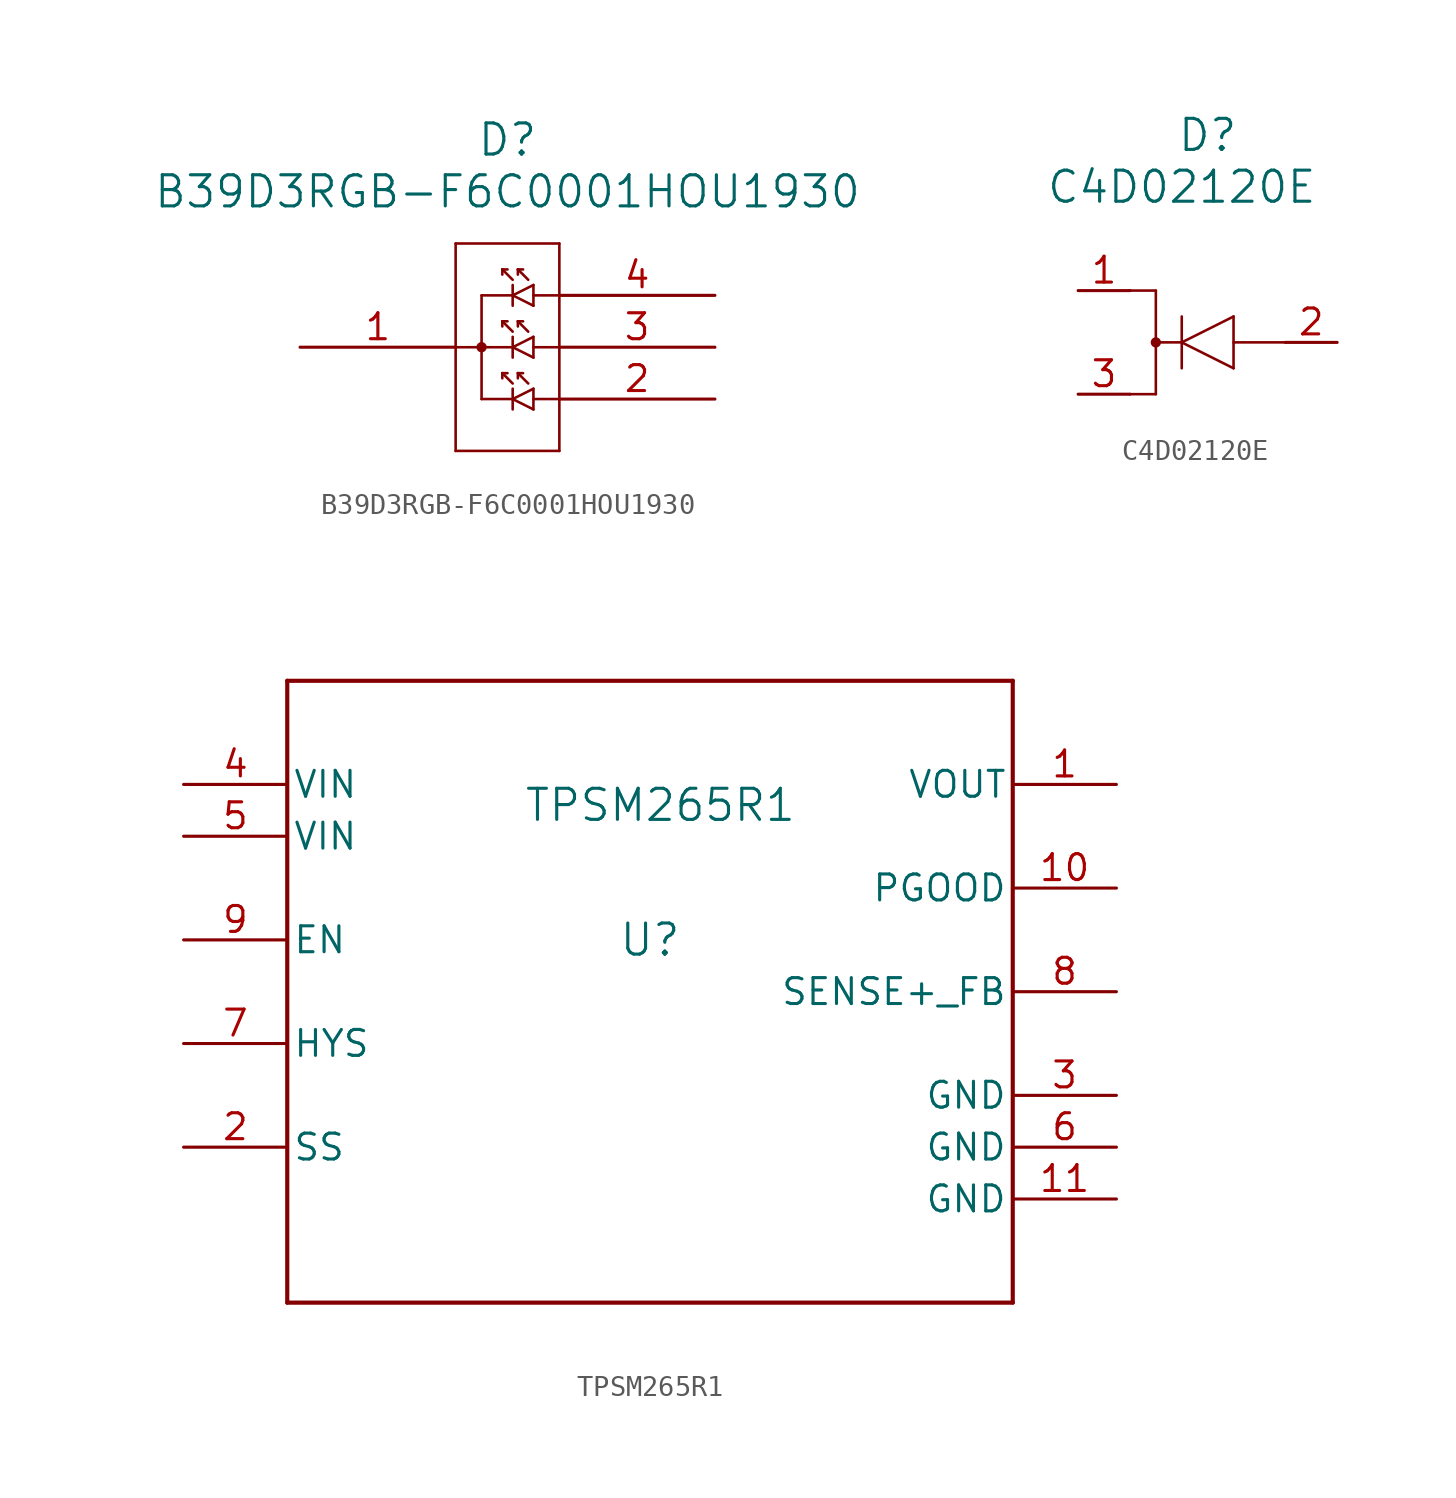
<source format=kicad_sym>
(kicad_symbol_lib
  (version 20231120)
  (generator "kicad_symbol_editor")
  (generator_version "8.0")
  (symbol "B39D3RGB-F6C0001HOU1930"
    (pin_names
      (offset 0.254))
    (property "Reference" "D"
      (at 10.16 10.16 0)
      (effects (font (size 1.524 1.524))))
    (property "Value" "B39D3RGB-F6C0001HOU1930"
      (at 10.16 7.62 0)
      (effects (font (size 1.524 1.524))))
    (symbol "B39D3RGB-F6C0001HOU1930_0_1"
      (polyline (pts (xy 7.62 -5.08) (xy 12.7 -5.08)) (stroke (width 0.127) (type default)) (fill (type none)))
      (polyline (pts (xy 7.62 0) (xy 10.414 0)) (stroke (width 0.127) (type default)) (fill (type none)))
      (polyline (pts (xy 7.62 5.08) (xy 7.62 -5.08)) (stroke (width 0.127) (type default)) (fill (type none)))
      (polyline (pts (xy 8.89 -2.54) (xy 10.414 -2.54)) (stroke (width 0.127) (type default)) (fill (type none)))
      (polyline (pts (xy 8.89 2.54) (xy 8.89 -2.54)) (stroke (width 0.127) (type default)) (fill (type none)))
      (polyline (pts (xy 8.89 2.54) (xy 10.414 2.54)) (stroke (width 0.127) (type default)) (fill (type none)))
      (polyline (pts (xy 9.906 -1.27) (xy 9.906 -1.524)) (stroke (width 0.127) (type default)) (fill (type none)))
      (polyline (pts (xy 9.906 1.27) (xy 9.906 1.016)) (stroke (width 0.127) (type default)) (fill (type none)))
      (polyline (pts (xy 9.906 3.81) (xy 9.906 3.556)) (stroke (width 0.127) (type default)) (fill (type none)))
      (polyline (pts (xy 10.16 -1.27) (xy 9.906 -1.27)) (stroke (width 0.127) (type default)) (fill (type none)))
      (polyline (pts (xy 10.16 1.27) (xy 9.906 1.27)) (stroke (width 0.127) (type default)) (fill (type none)))
      (polyline (pts (xy 10.16 3.81) (xy 9.906 3.81)) (stroke (width 0.127) (type default)) (fill (type none)))
      (polyline (pts (xy 10.414 -2.54) (xy 11.43 -3.048)) (stroke (width 0.127) (type default)) (fill (type none)))
      (polyline (pts (xy 10.414 -2.032) (xy 10.414 -3.048)) (stroke (width 0.127) (type default)) (fill (type none)))
      (polyline (pts (xy 10.414 -1.778) (xy 9.906 -1.27)) (stroke (width 0.127) (type default)) (fill (type none)))
      (polyline (pts (xy 10.414 0) (xy 11.43 -0.508)) (stroke (width 0.127) (type default)) (fill (type none)))
      (polyline (pts (xy 10.414 0.508) (xy 10.414 -0.508)) (stroke (width 0.127) (type default)) (fill (type none)))
      (polyline (pts (xy 10.414 0.762) (xy 9.906 1.27)) (stroke (width 0.127) (type default)) (fill (type none)))
      (polyline (pts (xy 10.414 2.54) (xy 11.43 2.032)) (stroke (width 0.127) (type default)) (fill (type none)))
      (polyline (pts (xy 10.414 3.048) (xy 10.414 2.032)) (stroke (width 0.127) (type default)) (fill (type none)))
      (polyline (pts (xy 10.414 3.302) (xy 9.906 3.81)) (stroke (width 0.127) (type default)) (fill (type none)))
      (polyline (pts (xy 10.668 -1.27) (xy 10.668 -1.524)) (stroke (width 0.127) (type default)) (fill (type none)))
      (polyline (pts (xy 10.668 -1.27) (xy 10.922 -1.27)) (stroke (width 0.127) (type default)) (fill (type none)))
      (polyline (pts (xy 10.668 1.27) (xy 10.668 1.016)) (stroke (width 0.127) (type default)) (fill (type none)))
      (polyline (pts (xy 10.668 1.27) (xy 10.922 1.27)) (stroke (width 0.127) (type default)) (fill (type none)))
      (polyline (pts (xy 10.668 3.81) (xy 10.668 3.556)) (stroke (width 0.127) (type default)) (fill (type none)))
      (polyline (pts (xy 10.668 3.81) (xy 10.922 3.81)) (stroke (width 0.127) (type default)) (fill (type none)))
      (polyline (pts (xy 11.176 -1.778) (xy 10.668 -1.27)) (stroke (width 0.127) (type default)) (fill (type none)))
      (polyline (pts (xy 11.176 0.762) (xy 10.668 1.27)) (stroke (width 0.127) (type default)) (fill (type none)))
      (polyline (pts (xy 11.176 3.302) (xy 10.668 3.81)) (stroke (width 0.127) (type default)) (fill (type none)))
      (polyline (pts (xy 11.43 -2.54) (xy 12.7 -2.54)) (stroke (width 0.127) (type default)) (fill (type none)))
      (polyline (pts (xy 11.43 -2.032) (xy 10.414 -2.54)) (stroke (width 0.127) (type default)) (fill (type none)))
      (polyline (pts (xy 11.43 -2.032) (xy 11.43 -3.048)) (stroke (width 0.127) (type default)) (fill (type none)))
      (polyline (pts (xy 11.43 0) (xy 12.7 0)) (stroke (width 0.127) (type default)) (fill (type none)))
      (polyline (pts (xy 11.43 0.508) (xy 10.414 0)) (stroke (width 0.127) (type default)) (fill (type none)))
      (polyline (pts (xy 11.43 0.508) (xy 11.43 -0.508)) (stroke (width 0.127) (type default)) (fill (type none)))
      (polyline (pts (xy 11.43 2.54) (xy 12.7 2.54)) (stroke (width 0.127) (type default)) (fill (type none)))
      (polyline (pts (xy 11.43 3.048) (xy 10.414 2.54)) (stroke (width 0.127) (type default)) (fill (type none)))
      (polyline (pts (xy 11.43 3.048) (xy 11.43 2.032)) (stroke (width 0.127) (type default)) (fill (type none)))
      (polyline (pts (xy 12.7 -5.08) (xy 12.7 5.08)) (stroke (width 0.127) (type default)) (fill (type none)))
      (polyline (pts (xy 12.7 5.08) (xy 7.62 5.08)) (stroke (width 0.127) (type default)) (fill (type none)))
      (circle (center 8.89 0) (radius 0.127) (stroke (width 0.254) (type default)) (fill (type none))))
    (symbol "B39D3RGB-F6C0001HOU1930_1_1"
      (pin passive line (at 0 0 0) (length 7.62) (name "" (effects (font (size 1.27 1.27)))) (number "1" (effects (font (size 1.27 1.27)))))
      (pin passive line (at 20.32 -2.54 180) (length 7.62) (name "" (effects (font (size 1.27 1.27)))) (number "2" (effects (font (size 1.27 1.27)))))
      (pin passive line (at 20.32 0 180) (length 7.62) (name "" (effects (font (size 1.27 1.27)))) (number "3" (effects (font (size 1.27 1.27)))))
      (pin passive line (at 20.32 2.54 180) (length 7.62) (name "" (effects (font (size 1.27 1.27)))) (number "4" (effects (font (size 1.27 1.27)))))))
  (symbol "C4D02120E"
    (pin_names
      (offset 0.254))
    (property "Reference" "D"
      (at 6.35 7.62 0)
      (effects (font (size 1.524 1.524))))
    (property "Value" "C4D02120E"
      (at 5.08 5.08 0)
      (effects (font (size 1.524 1.524))))
    (property "ki_locked" ""
      (at 0 0 0)
      (effects (font (size 1.27 1.27))))
    (symbol "C4D02120E_0_1"
      (polyline (pts (xy 2.54 -5.08) (xy 3.81 -5.08)) (stroke (width 0.127) (type default)) (fill (type none)))
      (polyline (pts (xy 3.81 0) (xy 2.54 0)) (stroke (width 0.127) (type default)) (fill (type none)))
      (polyline (pts (xy 3.81 0) (xy 3.81 -5.08)) (stroke (width 0.127) (type default)) (fill (type none)))
      (polyline (pts (xy 5.08 -3.81) (xy 5.08 -1.27)) (stroke (width 0.127) (type default)) (fill (type none)))
      (polyline (pts (xy 5.08 -2.54) (xy 3.81 -2.54)) (stroke (width 0.127) (type default)) (fill (type none)))
      (polyline (pts (xy 5.08 -2.54) (xy 7.62 -3.81)) (stroke (width 0.127) (type default)) (fill (type none)))
      (polyline (pts (xy 7.62 -3.81) (xy 7.62 -1.27)) (stroke (width 0.127) (type default)) (fill (type none)))
      (polyline (pts (xy 7.62 -2.54) (xy 10.16 -2.54)) (stroke (width 0.127) (type default)) (fill (type none)))
      (polyline (pts (xy 7.62 -1.27) (xy 5.08 -2.54)) (stroke (width 0.127) (type default)) (fill (type none)))
      (circle (center 3.81 -2.54) (radius 0.127) (stroke (width 0.254) (type default)) (fill (type none))))
    (symbol "C4D02120E_1_1"
      (pin passive line (at 0 0 0) (length 2.54) (name "" (effects (font (size 1.27 1.27)))) (number "1" (effects (font (size 1.27 1.27)))))
      (pin passive line (at 12.7 -2.54 180) (length 2.54) (name "" (effects (font (size 1.27 1.27)))) (number "2" (effects (font (size 1.27 1.27)))))
      (pin passive line (at 0 -5.08 0) (length 2.54) (name "" (effects (font (size 1.27 1.27)))) (number "3" (effects (font (size 1.27 1.27)))))))
  (symbol "TPSM265R1"
    (pin_names
      (offset 0.254))
    (property "Reference" "U"
      (at 0 2.54 0)
      (effects (font (size 1.524 1.524))))
    (property "Value" "TPSM265R1"
      (at 0.508 9.144 0)
      (effects (font (size 1.524 1.524))))
    (symbol "TPSM265R1_0_1"
      (polyline (pts (xy -17.78 -15.24) (xy 17.78 -15.24)) (stroke (width 0.203) (type default)) (fill (type none)))
      (polyline (pts (xy -17.78 15.24) (xy -17.78 -15.24)) (stroke (width 0.203) (type default)) (fill (type none)))
      (polyline (pts (xy 17.78 -15.24) (xy 17.78 15.24)) (stroke (width 0.203) (type default)) (fill (type none)))
      (polyline (pts (xy 17.78 15.24) (xy -17.78 15.24)) (stroke (width 0.203) (type default)) (fill (type none)))
      (pin power_in line (at 22.86 10.16 180) (length 5.08) (name "VOUT" (effects (font (size 1.27 1.27)))) (number "1" (effects (font (size 1.27 1.27)))))
      (pin open_collector line (at 22.86 5.08 180) (length 5.08) (name "PGOOD" (effects (font (size 1.27 1.27)))) (number "10" (effects (font (size 1.27 1.27)))))
      (pin power_in line (at 22.86 -10.16 180) (length 5.08) (name "GND" (effects (font (size 1.27 1.27)))) (number "11" (effects (font (size 1.27 1.27)))))
      (pin input line (at -22.86 -7.62 0) (length 5.08) (name "SS" (effects (font (size 1.27 1.27)))) (number "2" (effects (font (size 1.27 1.27)))))
      (pin power_in line (at 22.86 -5.08 180) (length 5.08) (name "GND" (effects (font (size 1.27 1.27)))) (number "3" (effects (font (size 1.27 1.27)))))
      (pin power_in line (at -22.86 10.16 0) (length 5.08) (name "VIN" (effects (font (size 1.27 1.27)))) (number "4" (effects (font (size 1.27 1.27)))))
      (pin power_in line (at -22.86 7.62 0) (length 5.08) (name "VIN" (effects (font (size 1.27 1.27)))) (number "5" (effects (font (size 1.27 1.27)))))
      (pin power_in line (at 22.86 -7.62 180) (length 5.08) (name "GND" (effects (font (size 1.27 1.27)))) (number "6" (effects (font (size 1.27 1.27)))))
      (pin open_collector line (at -22.86 -2.54 0) (length 5.08) (name "HYS" (effects (font (size 1.27 1.27)))) (number "7" (effects (font (size 1.27 1.27)))))
      (pin input line (at 22.86 0 180) (length 5.08) (name "SENSE+_FB" (effects (font (size 1.27 1.27)))) (number "8" (effects (font (size 1.27 1.27)))))
      (pin input line (at -22.86 2.54 0) (length 5.08) (name "EN" (effects (font (size 1.27 1.27)))) (number "9" (effects (font (size 1.27 1.27))))))))
</source>
